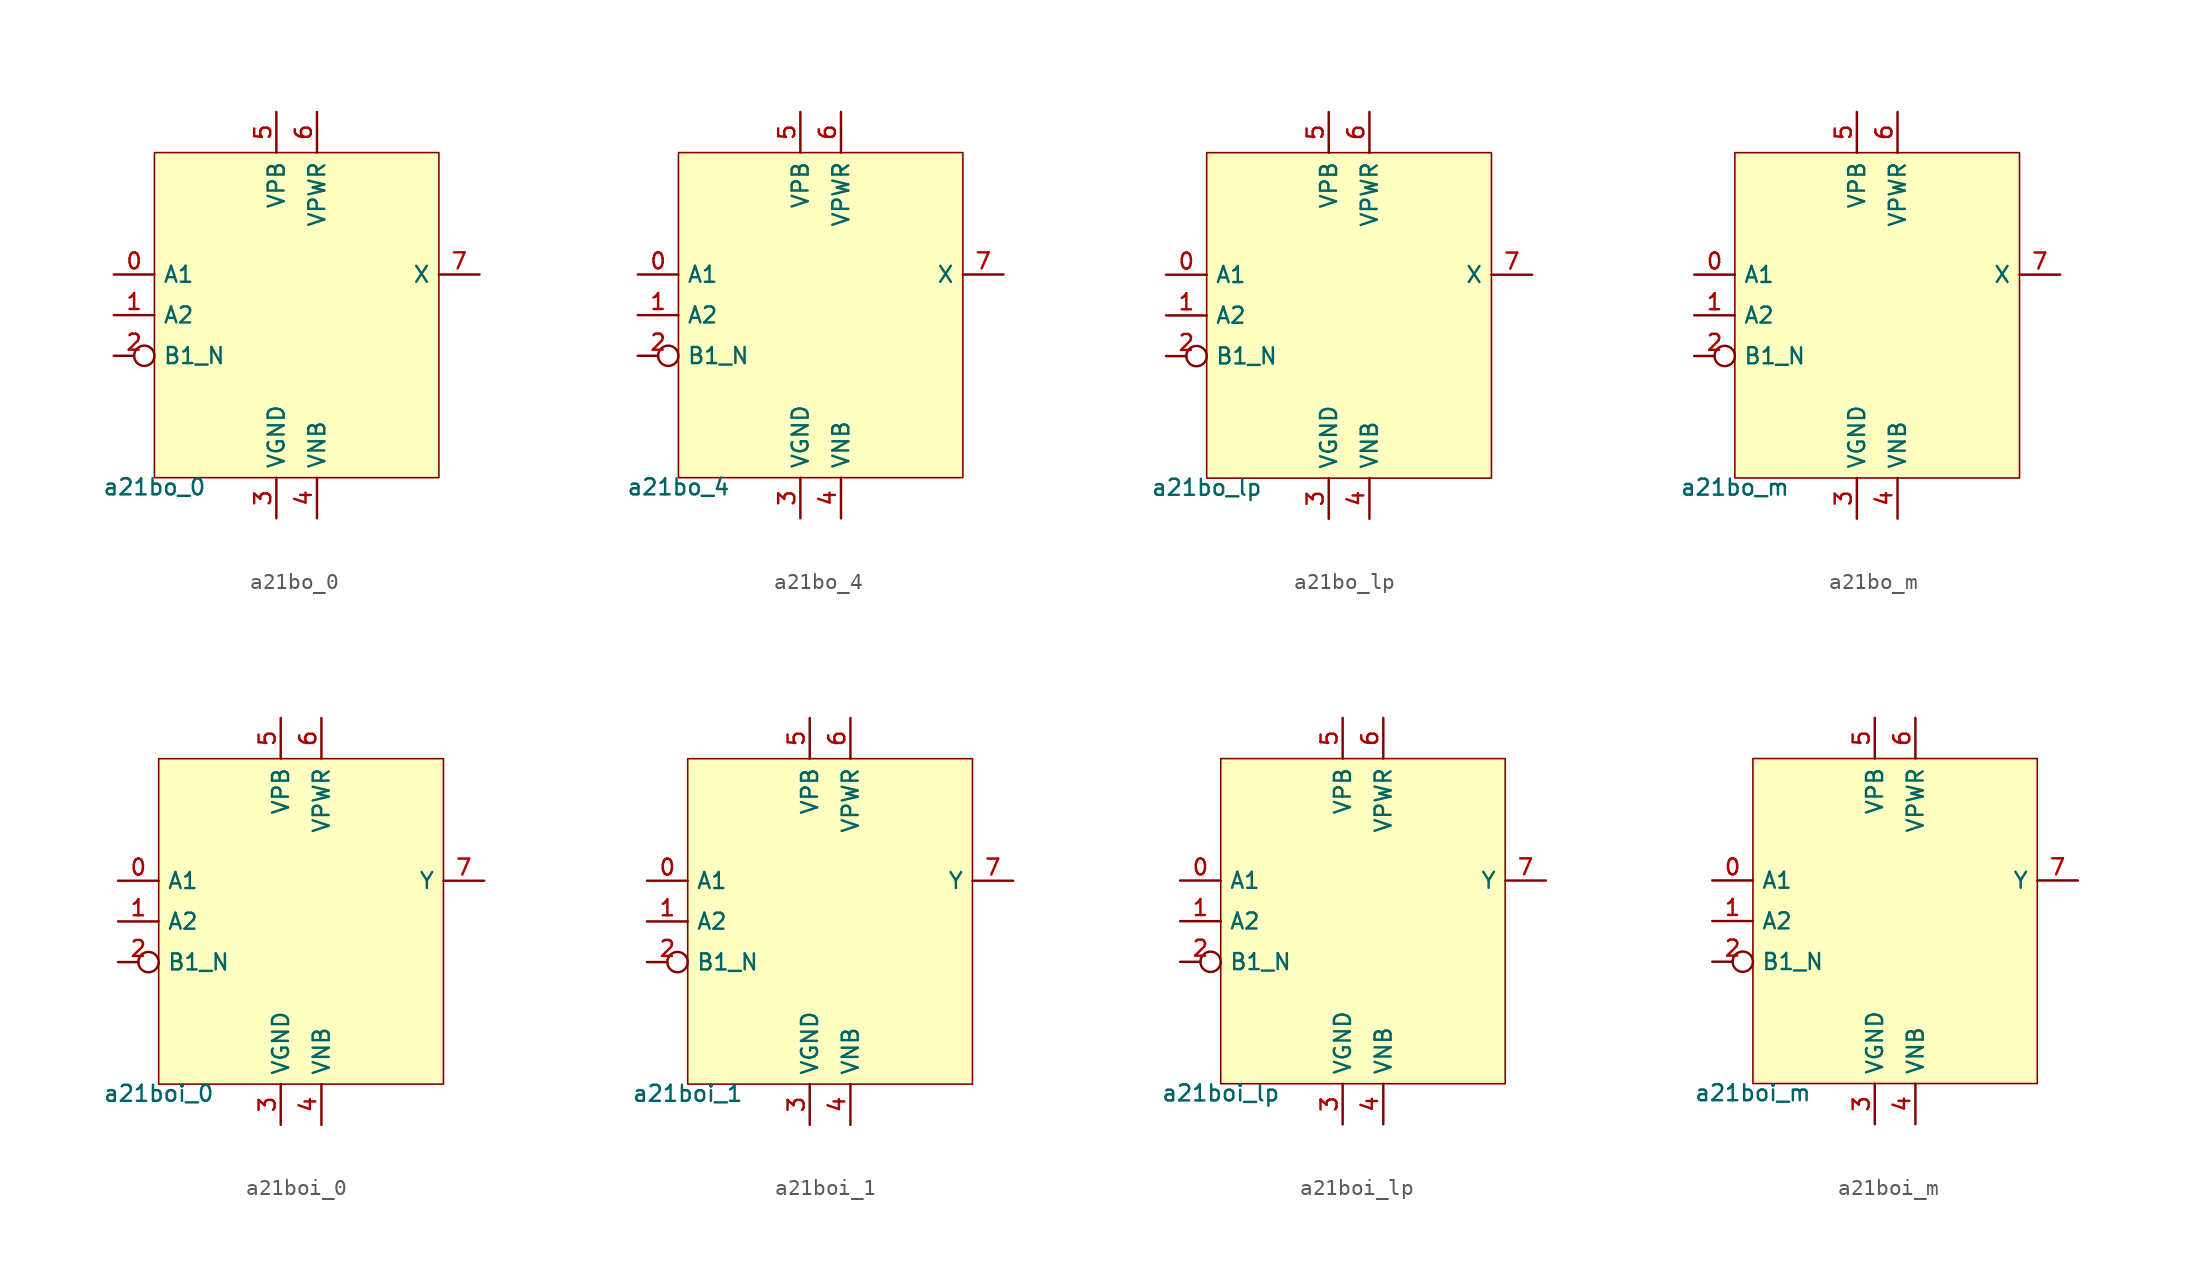
<source format=kicad_sym>
(kicad_symbol_lib
  (version 20211014)
  (generator pdk2kicad)
  (symbol "a21bo_0"
    (property "Reference" "X"
      (at 0 0 0)
      (effects (font (size 1 1)) hide))
    (property "Value" "a21bo_0"
      (at -8.89 -10.16 0)
      (effects (font (size 1 1)) (justify top)))
    (rectangle
      (start -8.89 -10.16)
      (end 8.89 10.16)
      (stroke (width 0.1) (type solid) (color 0 0 0 0))
      (fill (type background)))
    (pin input line
      (at -11.43 2.54 0)
      (length 2.54)
      (name "A1" (effects (font (size 1 1)) hide))
      (number "0" (effects (font (size 1 1)) hide)))
    (pin input line
      (at -11.43 0.0 0)
      (length 2.54)
      (name "A2" (effects (font (size 1 1)) hide))
      (number "1" (effects (font (size 1 1)) hide)))
    (pin input inverted
      (at -11.43 -2.54 0)
      (length 2.54)
      (name "B1_N" (effects (font (size 1 1)) hide))
      (number "2" (effects (font (size 1 1)) hide)))
    (pin power_in line
      (at -1.27 -12.7 90)
      (length 2.54)
      (name "VGND" (effects (font (size 1 1)) hide))
      (number "3" (effects (font (size 1 1)) hide)))
    (pin power_in line
      (at 1.27 -12.7 90)
      (length 2.54)
      (name "VNB" (effects (font (size 1 1)) hide))
      (number "4" (effects (font (size 1 1)) hide)))
    (pin power_in line
      (at -1.27 12.7 270)
      (length 2.54)
      (name "VPB" (effects (font (size 1 1)) hide))
      (number "5" (effects (font (size 1 1)) hide)))
    (pin power_in line
      (at 1.27 12.7 270)
      (length 2.54)
      (name "VPWR" (effects (font (size 1 1)) hide))
      (number "6" (effects (font (size 1 1)) hide)))
    (pin output line
      (at 11.43 2.54 180)
      (length 2.54)
      (name "X" (effects (font (size 1 1)) hide))
      (number "7" (effects (font (size 1 1)) hide))))
  (symbol "a21bo_4"
    (property "Reference" "X"
      (at 0 0 0)
      (effects (font (size 1 1)) hide))
    (property "Value" "a21bo_4"
      (at -8.89 -10.16 0)
      (effects (font (size 1 1)) (justify top)))
    (rectangle
      (start -8.89 -10.16)
      (end 8.89 10.16)
      (stroke (width 0.1) (type solid) (color 0 0 0 0))
      (fill (type background)))
    (pin input line
      (at -11.43 2.54 0)
      (length 2.54)
      (name "A1" (effects (font (size 1 1)) hide))
      (number "0" (effects (font (size 1 1)) hide)))
    (pin input line
      (at -11.43 0.0 0)
      (length 2.54)
      (name "A2" (effects (font (size 1 1)) hide))
      (number "1" (effects (font (size 1 1)) hide)))
    (pin input inverted
      (at -11.43 -2.54 0)
      (length 2.54)
      (name "B1_N" (effects (font (size 1 1)) hide))
      (number "2" (effects (font (size 1 1)) hide)))
    (pin power_in line
      (at -1.27 -12.7 90)
      (length 2.54)
      (name "VGND" (effects (font (size 1 1)) hide))
      (number "3" (effects (font (size 1 1)) hide)))
    (pin power_in line
      (at 1.27 -12.7 90)
      (length 2.54)
      (name "VNB" (effects (font (size 1 1)) hide))
      (number "4" (effects (font (size 1 1)) hide)))
    (pin power_in line
      (at -1.27 12.7 270)
      (length 2.54)
      (name "VPB" (effects (font (size 1 1)) hide))
      (number "5" (effects (font (size 1 1)) hide)))
    (pin power_in line
      (at 1.27 12.7 270)
      (length 2.54)
      (name "VPWR" (effects (font (size 1 1)) hide))
      (number "6" (effects (font (size 1 1)) hide)))
    (pin output line
      (at 11.43 2.54 180)
      (length 2.54)
      (name "X" (effects (font (size 1 1)) hide))
      (number "7" (effects (font (size 1 1)) hide))))
  (symbol "a21bo_lp"
    (property "Reference" "X"
      (at 0 0 0)
      (effects (font (size 1 1)) hide))
    (property "Value" "a21bo_lp"
      (at -8.89 -10.16 0)
      (effects (font (size 1 1)) (justify top)))
    (rectangle
      (start -8.89 -10.16)
      (end 8.89 10.16)
      (stroke (width 0.1) (type solid) (color 0 0 0 0))
      (fill (type background)))
    (pin input line
      (at -11.43 2.54 0)
      (length 2.54)
      (name "A1" (effects (font (size 1 1)) hide))
      (number "0" (effects (font (size 1 1)) hide)))
    (pin input line
      (at -11.43 0.0 0)
      (length 2.54)
      (name "A2" (effects (font (size 1 1)) hide))
      (number "1" (effects (font (size 1 1)) hide)))
    (pin input inverted
      (at -11.43 -2.54 0)
      (length 2.54)
      (name "B1_N" (effects (font (size 1 1)) hide))
      (number "2" (effects (font (size 1 1)) hide)))
    (pin power_in line
      (at -1.27 -12.7 90)
      (length 2.54)
      (name "VGND" (effects (font (size 1 1)) hide))
      (number "3" (effects (font (size 1 1)) hide)))
    (pin power_in line
      (at 1.27 -12.7 90)
      (length 2.54)
      (name "VNB" (effects (font (size 1 1)) hide))
      (number "4" (effects (font (size 1 1)) hide)))
    (pin power_in line
      (at -1.27 12.7 270)
      (length 2.54)
      (name "VPB" (effects (font (size 1 1)) hide))
      (number "5" (effects (font (size 1 1)) hide)))
    (pin power_in line
      (at 1.27 12.7 270)
      (length 2.54)
      (name "VPWR" (effects (font (size 1 1)) hide))
      (number "6" (effects (font (size 1 1)) hide)))
    (pin output line
      (at 11.43 2.54 180)
      (length 2.54)
      (name "X" (effects (font (size 1 1)) hide))
      (number "7" (effects (font (size 1 1)) hide))))
  (symbol "a21bo_m"
    (property "Reference" "X"
      (at 0 0 0)
      (effects (font (size 1 1)) hide))
    (property "Value" "a21bo_m"
      (at -8.89 -10.16 0)
      (effects (font (size 1 1)) (justify top)))
    (rectangle
      (start -8.89 -10.16)
      (end 8.89 10.16)
      (stroke (width 0.1) (type solid) (color 0 0 0 0))
      (fill (type background)))
    (pin input line
      (at -11.43 2.54 0)
      (length 2.54)
      (name "A1" (effects (font (size 1 1)) hide))
      (number "0" (effects (font (size 1 1)) hide)))
    (pin input line
      (at -11.43 0.0 0)
      (length 2.54)
      (name "A2" (effects (font (size 1 1)) hide))
      (number "1" (effects (font (size 1 1)) hide)))
    (pin input inverted
      (at -11.43 -2.54 0)
      (length 2.54)
      (name "B1_N" (effects (font (size 1 1)) hide))
      (number "2" (effects (font (size 1 1)) hide)))
    (pin power_in line
      (at -1.27 -12.7 90)
      (length 2.54)
      (name "VGND" (effects (font (size 1 1)) hide))
      (number "3" (effects (font (size 1 1)) hide)))
    (pin power_in line
      (at 1.27 -12.7 90)
      (length 2.54)
      (name "VNB" (effects (font (size 1 1)) hide))
      (number "4" (effects (font (size 1 1)) hide)))
    (pin power_in line
      (at -1.27 12.7 270)
      (length 2.54)
      (name "VPB" (effects (font (size 1 1)) hide))
      (number "5" (effects (font (size 1 1)) hide)))
    (pin power_in line
      (at 1.27 12.7 270)
      (length 2.54)
      (name "VPWR" (effects (font (size 1 1)) hide))
      (number "6" (effects (font (size 1 1)) hide)))
    (pin output line
      (at 11.43 2.54 180)
      (length 2.54)
      (name "X" (effects (font (size 1 1)) hide))
      (number "7" (effects (font (size 1 1)) hide))))
  (symbol "a21boi_0"
    (property "Reference" "X"
      (at 0 0 0)
      (effects (font (size 1 1)) hide))
    (property "Value" "a21boi_0"
      (at -8.89 -10.16 0)
      (effects (font (size 1 1)) (justify top)))
    (rectangle
      (start -8.89 -10.16)
      (end 8.89 10.16)
      (stroke (width 0.1) (type solid) (color 0 0 0 0))
      (fill (type background)))
    (pin input line
      (at -11.43 2.54 0)
      (length 2.54)
      (name "A1" (effects (font (size 1 1)) hide))
      (number "0" (effects (font (size 1 1)) hide)))
    (pin input line
      (at -11.43 0.0 0)
      (length 2.54)
      (name "A2" (effects (font (size 1 1)) hide))
      (number "1" (effects (font (size 1 1)) hide)))
    (pin input inverted
      (at -11.43 -2.54 0)
      (length 2.54)
      (name "B1_N" (effects (font (size 1 1)) hide))
      (number "2" (effects (font (size 1 1)) hide)))
    (pin power_in line
      (at -1.27 -12.7 90)
      (length 2.54)
      (name "VGND" (effects (font (size 1 1)) hide))
      (number "3" (effects (font (size 1 1)) hide)))
    (pin power_in line
      (at 1.27 -12.7 90)
      (length 2.54)
      (name "VNB" (effects (font (size 1 1)) hide))
      (number "4" (effects (font (size 1 1)) hide)))
    (pin power_in line
      (at -1.27 12.7 270)
      (length 2.54)
      (name "VPB" (effects (font (size 1 1)) hide))
      (number "5" (effects (font (size 1 1)) hide)))
    (pin power_in line
      (at 1.27 12.7 270)
      (length 2.54)
      (name "VPWR" (effects (font (size 1 1)) hide))
      (number "6" (effects (font (size 1 1)) hide)))
    (pin output line
      (at 11.43 2.54 180)
      (length 2.54)
      (name "Y" (effects (font (size 1 1)) hide))
      (number "7" (effects (font (size 1 1)) hide))))
  (symbol "a21boi_1"
    (property "Reference" "X"
      (at 0 0 0)
      (effects (font (size 1 1)) hide))
    (property "Value" "a21boi_1"
      (at -8.89 -10.16 0)
      (effects (font (size 1 1)) (justify top)))
    (rectangle
      (start -8.89 -10.16)
      (end 8.89 10.16)
      (stroke (width 0.1) (type solid) (color 0 0 0 0))
      (fill (type background)))
    (pin input line
      (at -11.43 2.54 0)
      (length 2.54)
      (name "A1" (effects (font (size 1 1)) hide))
      (number "0" (effects (font (size 1 1)) hide)))
    (pin input line
      (at -11.43 0.0 0)
      (length 2.54)
      (name "A2" (effects (font (size 1 1)) hide))
      (number "1" (effects (font (size 1 1)) hide)))
    (pin input inverted
      (at -11.43 -2.54 0)
      (length 2.54)
      (name "B1_N" (effects (font (size 1 1)) hide))
      (number "2" (effects (font (size 1 1)) hide)))
    (pin power_in line
      (at -1.27 -12.7 90)
      (length 2.54)
      (name "VGND" (effects (font (size 1 1)) hide))
      (number "3" (effects (font (size 1 1)) hide)))
    (pin power_in line
      (at 1.27 -12.7 90)
      (length 2.54)
      (name "VNB" (effects (font (size 1 1)) hide))
      (number "4" (effects (font (size 1 1)) hide)))
    (pin power_in line
      (at -1.27 12.7 270)
      (length 2.54)
      (name "VPB" (effects (font (size 1 1)) hide))
      (number "5" (effects (font (size 1 1)) hide)))
    (pin power_in line
      (at 1.27 12.7 270)
      (length 2.54)
      (name "VPWR" (effects (font (size 1 1)) hide))
      (number "6" (effects (font (size 1 1)) hide)))
    (pin output line
      (at 11.43 2.54 180)
      (length 2.54)
      (name "Y" (effects (font (size 1 1)) hide))
      (number "7" (effects (font (size 1 1)) hide))))
  (symbol "a21boi_lp"
    (property "Reference" "X"
      (at 0 0 0)
      (effects (font (size 1 1)) hide))
    (property "Value" "a21boi_lp"
      (at -8.89 -10.16 0)
      (effects (font (size 1 1)) (justify top)))
    (rectangle
      (start -8.89 -10.16)
      (end 8.89 10.16)
      (stroke (width 0.1) (type solid) (color 0 0 0 0))
      (fill (type background)))
    (pin input line
      (at -11.43 2.54 0)
      (length 2.54)
      (name "A1" (effects (font (size 1 1)) hide))
      (number "0" (effects (font (size 1 1)) hide)))
    (pin input line
      (at -11.43 0.0 0)
      (length 2.54)
      (name "A2" (effects (font (size 1 1)) hide))
      (number "1" (effects (font (size 1 1)) hide)))
    (pin input inverted
      (at -11.43 -2.54 0)
      (length 2.54)
      (name "B1_N" (effects (font (size 1 1)) hide))
      (number "2" (effects (font (size 1 1)) hide)))
    (pin power_in line
      (at -1.27 -12.7 90)
      (length 2.54)
      (name "VGND" (effects (font (size 1 1)) hide))
      (number "3" (effects (font (size 1 1)) hide)))
    (pin power_in line
      (at 1.27 -12.7 90)
      (length 2.54)
      (name "VNB" (effects (font (size 1 1)) hide))
      (number "4" (effects (font (size 1 1)) hide)))
    (pin power_in line
      (at -1.27 12.7 270)
      (length 2.54)
      (name "VPB" (effects (font (size 1 1)) hide))
      (number "5" (effects (font (size 1 1)) hide)))
    (pin power_in line
      (at 1.27 12.7 270)
      (length 2.54)
      (name "VPWR" (effects (font (size 1 1)) hide))
      (number "6" (effects (font (size 1 1)) hide)))
    (pin output line
      (at 11.43 2.54 180)
      (length 2.54)
      (name "Y" (effects (font (size 1 1)) hide))
      (number "7" (effects (font (size 1 1)) hide))))
  (symbol "a21boi_m"
    (property "Reference" "X"
      (at 0 0 0)
      (effects (font (size 1 1)) hide))
    (property "Value" "a21boi_m"
      (at -8.89 -10.16 0)
      (effects (font (size 1 1)) (justify top)))
    (rectangle
      (start -8.89 -10.16)
      (end 8.89 10.16)
      (stroke (width 0.1) (type solid) (color 0 0 0 0))
      (fill (type background)))
    (pin input line
      (at -11.43 2.54 0)
      (length 2.54)
      (name "A1" (effects (font (size 1 1)) hide))
      (number "0" (effects (font (size 1 1)) hide)))
    (pin input line
      (at -11.43 0.0 0)
      (length 2.54)
      (name "A2" (effects (font (size 1 1)) hide))
      (number "1" (effects (font (size 1 1)) hide)))
    (pin input inverted
      (at -11.43 -2.54 0)
      (length 2.54)
      (name "B1_N" (effects (font (size 1 1)) hide))
      (number "2" (effects (font (size 1 1)) hide)))
    (pin power_in line
      (at -1.27 -12.7 90)
      (length 2.54)
      (name "VGND" (effects (font (size 1 1)) hide))
      (number "3" (effects (font (size 1 1)) hide)))
    (pin power_in line
      (at 1.27 -12.7 90)
      (length 2.54)
      (name "VNB" (effects (font (size 1 1)) hide))
      (number "4" (effects (font (size 1 1)) hide)))
    (pin power_in line
      (at -1.27 12.7 270)
      (length 2.54)
      (name "VPB" (effects (font (size 1 1)) hide))
      (number "5" (effects (font (size 1 1)) hide)))
    (pin power_in line
      (at 1.27 12.7 270)
      (length 2.54)
      (name "VPWR" (effects (font (size 1 1)) hide))
      (number "6" (effects (font (size 1 1)) hide)))
    (pin output line
      (at 11.43 2.54 180)
      (length 2.54)
      (name "Y" (effects (font (size 1 1)) hide))
      (number "7" (effects (font (size 1 1)) hide)))))
</source>
